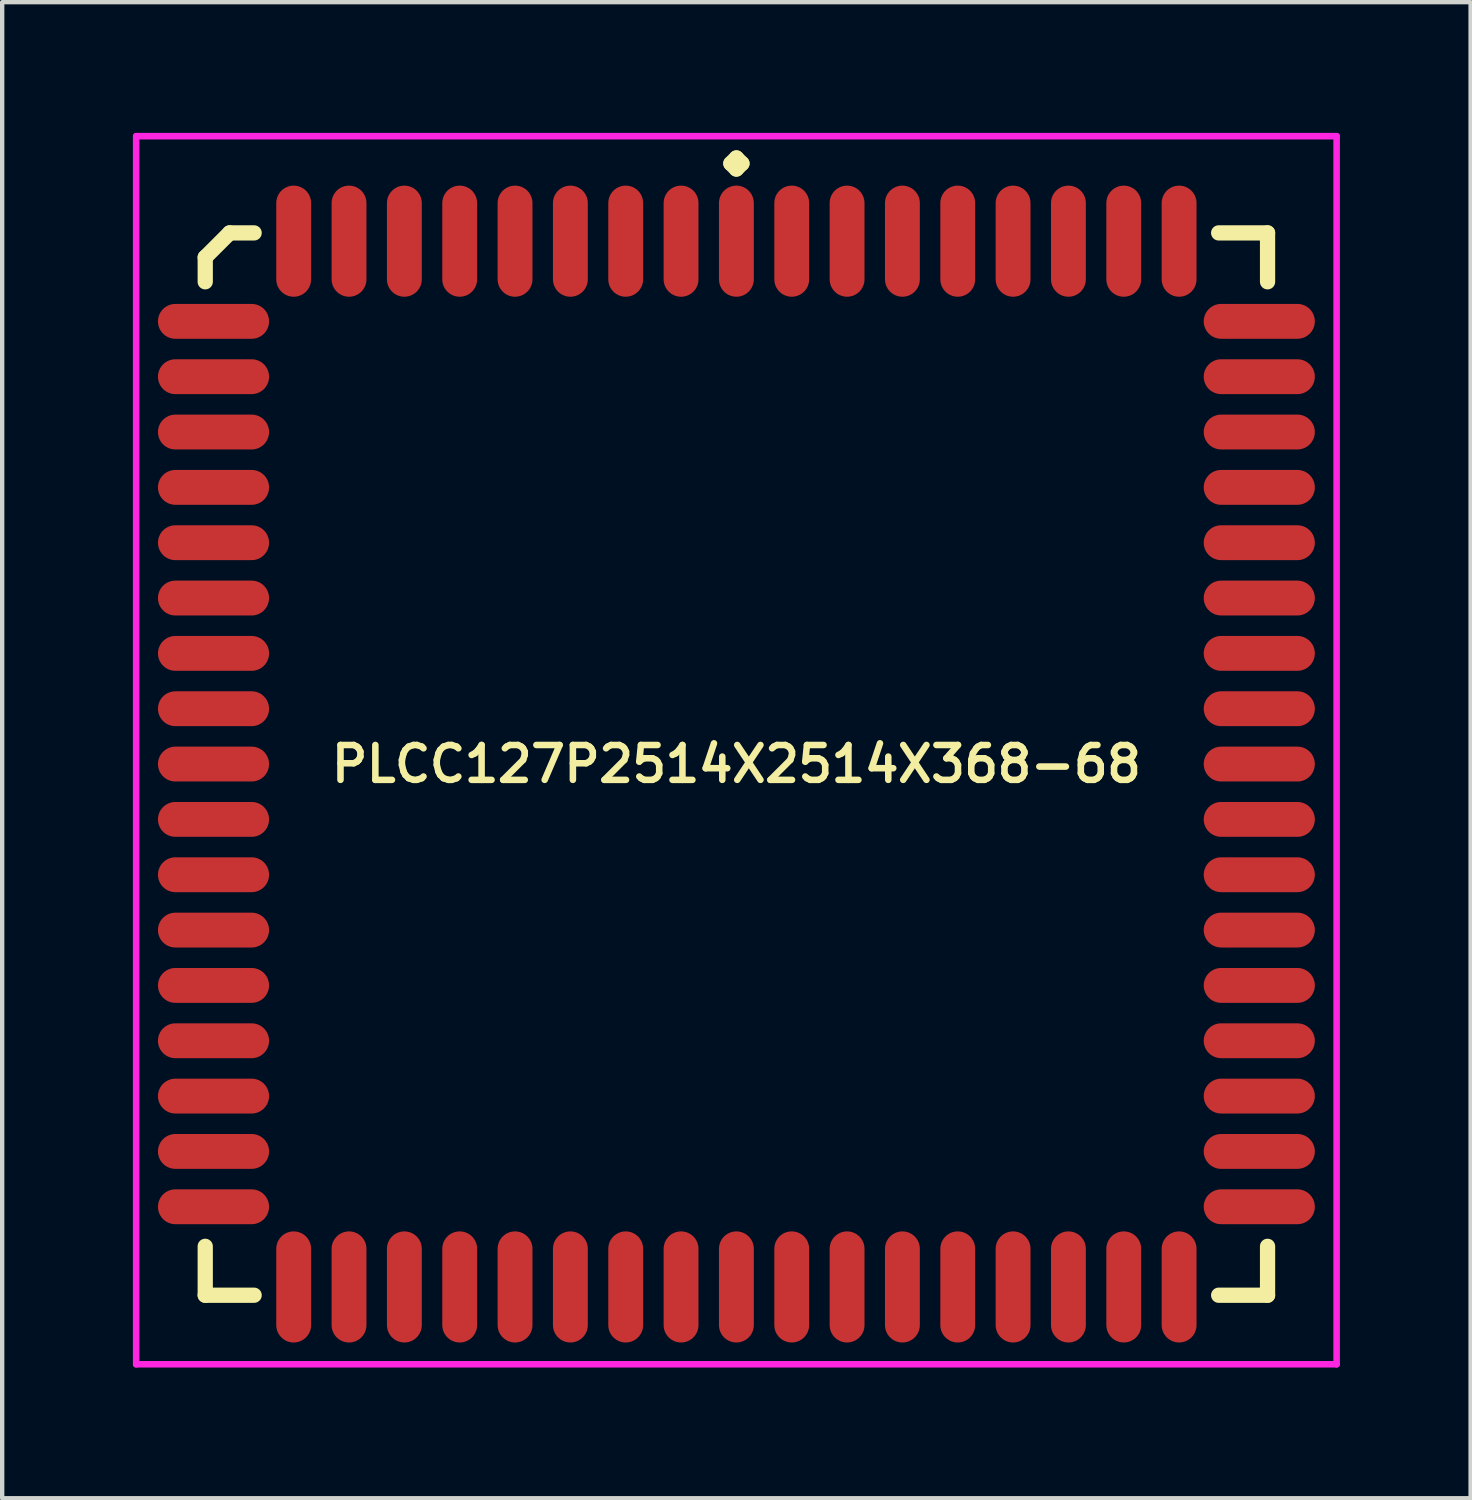
<source format=kicad_pcb>
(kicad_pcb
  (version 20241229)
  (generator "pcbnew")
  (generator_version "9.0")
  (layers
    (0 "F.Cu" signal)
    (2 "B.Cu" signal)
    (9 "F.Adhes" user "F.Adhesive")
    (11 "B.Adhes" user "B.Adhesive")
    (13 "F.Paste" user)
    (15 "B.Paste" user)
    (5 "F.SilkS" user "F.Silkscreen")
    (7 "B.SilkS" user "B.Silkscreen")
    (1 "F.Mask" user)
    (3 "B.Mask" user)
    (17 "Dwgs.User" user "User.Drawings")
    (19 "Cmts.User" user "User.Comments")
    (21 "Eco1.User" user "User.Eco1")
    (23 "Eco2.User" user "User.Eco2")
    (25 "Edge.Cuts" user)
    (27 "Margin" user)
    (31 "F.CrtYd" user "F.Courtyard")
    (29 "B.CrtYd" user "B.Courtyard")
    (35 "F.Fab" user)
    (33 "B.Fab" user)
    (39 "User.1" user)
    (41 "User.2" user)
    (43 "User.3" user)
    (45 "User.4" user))
  (footprint "PLCC127P2514X2514X368-68"
    (layer "F.Cu")
    (at 13.85 14.485)
    (property "Reference" "PLCC127P2514X2514X368-68" (at 0 0 0) (layer "F.SilkS") (effects (font (size 0.8 0.8) (thickness 0.15))))
    (attr smd)
    (fp_line (start -12.19 -11.629) (end -11.629 -12.19) (stroke (width 0.35) (type solid)) (layer "F.SilkS"))
    (fp_line (start -12.19 -11.068) (end -12.19 -11.629) (stroke (width 0.35) (type solid)) (layer "F.SilkS"))
    (fp_line (start -12.19 11.068) (end -12.19 12.19) (stroke (width 0.35) (type solid)) (layer "F.SilkS"))
    (fp_line (start -12.19 12.19) (end -11.068 12.19) (stroke (width 0.35) (type solid)) (layer "F.SilkS"))
    (fp_line (start -11.629 -12.19) (end -11.068 -12.19) (stroke (width 0.35) (type solid)) (layer "F.SilkS"))
    (fp_line (start -0.127 -13.783) (end 0 -13.91) (stroke (width 0.35) (type solid)) (layer "F.SilkS"))
    (fp_line (start 0 -13.91) (end 0.127 -13.783) (stroke (width 0.35) (type solid)) (layer "F.SilkS"))
    (fp_line (start 0 -13.656) (end -0.127 -13.783) (stroke (width 0.35) (type solid)) (layer "F.SilkS"))
    (fp_line (start 0.127 -13.783) (end 0 -13.656) (stroke (width 0.35) (type solid)) (layer "F.SilkS"))
    (fp_line (start 12.19 -12.19) (end 11.068 -12.19) (stroke (width 0.35) (type solid)) (layer "F.SilkS"))
    (fp_line (start 12.19 -11.068) (end 12.19 -12.19) (stroke (width 0.35) (type solid)) (layer "F.SilkS"))
    (fp_line (start 12.19 11.068) (end 12.19 12.19) (stroke (width 0.35) (type solid)) (layer "F.SilkS"))
    (fp_line (start 12.19 12.19) (end 11.068 12.19) (stroke (width 0.35) (type solid)) (layer "F.SilkS"))
    (fp_line (start -13.775 -14.41) (end 13.775 -14.41) (stroke (width 0.15) (type solid)) (layer "F.CrtYd"))
    (fp_line (start -13.775 13.775) (end -13.775 -14.41) (stroke (width 0.15) (type solid)) (layer "F.CrtYd"))
    (fp_line (start 13.775 -14.41) (end 13.775 13.775) (stroke (width 0.15) (type solid)) (layer "F.CrtYd"))
    (fp_line (start 13.775 13.775) (end -13.775 13.775) (stroke (width 0.15) (type solid)) (layer "F.CrtYd"))
    (pad "1" smd oval (at 0 -12) (size 0.8 2.55) (layers "F.Cu" "F.Mask" "F.Paste"))
    (pad "2" smd oval (at -1.27 -12) (size 0.8 2.55) (layers "F.Cu" "F.Mask" "F.Paste"))
    (pad "3" smd oval (at -2.54 -12) (size 0.8 2.55) (layers "F.Cu" "F.Mask" "F.Paste"))
    (pad "4" smd oval (at -3.81 -12) (size 0.8 2.55) (layers "F.Cu" "F.Mask" "F.Paste"))
    (pad "5" smd oval (at -5.08 -12) (size 0.8 2.55) (layers "F.Cu" "F.Mask" "F.Paste"))
    (pad "6" smd oval (at -6.35 -12) (size 0.8 2.55) (layers "F.Cu" "F.Mask" "F.Paste"))
    (pad "7" smd oval (at -7.62 -12) (size 0.8 2.55) (layers "F.Cu" "F.Mask" "F.Paste"))
    (pad "8" smd oval (at -8.89 -12) (size 0.8 2.55) (layers "F.Cu" "F.Mask" "F.Paste"))
    (pad "9" smd oval (at -10.16 -12) (size 0.8 2.55) (layers "F.Cu" "F.Mask" "F.Paste"))
    (pad "10" smd oval (at -12 -10.16) (size 2.55 0.8) (layers "F.Cu" "F.Mask" "F.Paste"))
    (pad "11" smd oval (at -12 -8.89) (size 2.55 0.8) (layers "F.Cu" "F.Mask" "F.Paste"))
    (pad "12" smd oval (at -12 -7.62) (size 2.55 0.8) (layers "F.Cu" "F.Mask" "F.Paste"))
    (pad "13" smd oval (at -12 -6.35) (size 2.55 0.8) (layers "F.Cu" "F.Mask" "F.Paste"))
    (pad "14" smd oval (at -12 -5.08) (size 2.55 0.8) (layers "F.Cu" "F.Mask" "F.Paste"))
    (pad "15" smd oval (at -12 -3.81) (size 2.55 0.8) (layers "F.Cu" "F.Mask" "F.Paste"))
    (pad "16" smd oval (at -12 -2.54) (size 2.55 0.8) (layers "F.Cu" "F.Mask" "F.Paste"))
    (pad "17" smd oval (at -12 -1.27) (size 2.55 0.8) (layers "F.Cu" "F.Mask" "F.Paste"))
    (pad "18" smd oval (at -12 0) (size 2.55 0.8) (layers "F.Cu" "F.Mask" "F.Paste"))
    (pad "19" smd oval (at -12 1.27) (size 2.55 0.8) (layers "F.Cu" "F.Mask" "F.Paste"))
    (pad "20" smd oval (at -12 2.54) (size 2.55 0.8) (layers "F.Cu" "F.Mask" "F.Paste"))
    (pad "21" smd oval (at -12 3.81) (size 2.55 0.8) (layers "F.Cu" "F.Mask" "F.Paste"))
    (pad "22" smd oval (at -12 5.08) (size 2.55 0.8) (layers "F.Cu" "F.Mask" "F.Paste"))
    (pad "23" smd oval (at -12 6.35) (size 2.55 0.8) (layers "F.Cu" "F.Mask" "F.Paste"))
    (pad "24" smd oval (at -12 7.62) (size 2.55 0.8) (layers "F.Cu" "F.Mask" "F.Paste"))
    (pad "25" smd oval (at -12 8.89) (size 2.55 0.8) (layers "F.Cu" "F.Mask" "F.Paste"))
    (pad "26" smd oval (at -12 10.16) (size 2.55 0.8) (layers "F.Cu" "F.Mask" "F.Paste"))
    (pad "27" smd oval (at -10.16 12) (size 0.8 2.55) (layers "F.Cu" "F.Mask" "F.Paste"))
    (pad "28" smd oval (at -8.89 12) (size 0.8 2.55) (layers "F.Cu" "F.Mask" "F.Paste"))
    (pad "29" smd oval (at -7.62 12) (size 0.8 2.55) (layers "F.Cu" "F.Mask" "F.Paste"))
    (pad "30" smd oval (at -6.35 12) (size 0.8 2.55) (layers "F.Cu" "F.Mask" "F.Paste"))
    (pad "31" smd oval (at -5.08 12) (size 0.8 2.55) (layers "F.Cu" "F.Mask" "F.Paste"))
    (pad "32" smd oval (at -3.81 12) (size 0.8 2.55) (layers "F.Cu" "F.Mask" "F.Paste"))
    (pad "33" smd oval (at -2.54 12) (size 0.8 2.55) (layers "F.Cu" "F.Mask" "F.Paste"))
    (pad "34" smd oval (at -1.27 12) (size 0.8 2.55) (layers "F.Cu" "F.Mask" "F.Paste"))
    (pad "35" smd oval (at 0 12) (size 0.8 2.55) (layers "F.Cu" "F.Mask" "F.Paste"))
    (pad "36" smd oval (at 1.27 12) (size 0.8 2.55) (layers "F.Cu" "F.Mask" "F.Paste"))
    (pad "37" smd oval (at 2.54 12) (size 0.8 2.55) (layers "F.Cu" "F.Mask" "F.Paste"))
    (pad "38" smd oval (at 3.81 12) (size 0.8 2.55) (layers "F.Cu" "F.Mask" "F.Paste"))
    (pad "39" smd oval (at 5.08 12) (size 0.8 2.55) (layers "F.Cu" "F.Mask" "F.Paste"))
    (pad "40" smd oval (at 6.35 12) (size 0.8 2.55) (layers "F.Cu" "F.Mask" "F.Paste"))
    (pad "41" smd oval (at 7.62 12) (size 0.8 2.55) (layers "F.Cu" "F.Mask" "F.Paste"))
    (pad "42" smd oval (at 8.89 12) (size 0.8 2.55) (layers "F.Cu" "F.Mask" "F.Paste"))
    (pad "43" smd oval (at 10.16 12) (size 0.8 2.55) (layers "F.Cu" "F.Mask" "F.Paste"))
    (pad "44" smd oval (at 12 10.16) (size 2.55 0.8) (layers "F.Cu" "F.Mask" "F.Paste"))
    (pad "45" smd oval (at 12 8.89) (size 2.55 0.8) (layers "F.Cu" "F.Mask" "F.Paste"))
    (pad "46" smd oval (at 12 7.62) (size 2.55 0.8) (layers "F.Cu" "F.Mask" "F.Paste"))
    (pad "47" smd oval (at 12 6.35) (size 2.55 0.8) (layers "F.Cu" "F.Mask" "F.Paste"))
    (pad "48" smd oval (at 12 5.08) (size 2.55 0.8) (layers "F.Cu" "F.Mask" "F.Paste"))
    (pad "49" smd oval (at 12 3.81) (size 2.55 0.8) (layers "F.Cu" "F.Mask" "F.Paste"))
    (pad "50" smd oval (at 12 2.54) (size 2.55 0.8) (layers "F.Cu" "F.Mask" "F.Paste"))
    (pad "51" smd oval (at 12 1.27) (size 2.55 0.8) (layers "F.Cu" "F.Mask" "F.Paste"))
    (pad "52" smd oval (at 12 0) (size 2.55 0.8) (layers "F.Cu" "F.Mask" "F.Paste"))
    (pad "53" smd oval (at 12 -1.27) (size 2.55 0.8) (layers "F.Cu" "F.Mask" "F.Paste"))
    (pad "54" smd oval (at 12 -2.54) (size 2.55 0.8) (layers "F.Cu" "F.Mask" "F.Paste"))
    (pad "55" smd oval (at 12 -3.81) (size 2.55 0.8) (layers "F.Cu" "F.Mask" "F.Paste"))
    (pad "56" smd oval (at 12 -5.08) (size 2.55 0.8) (layers "F.Cu" "F.Mask" "F.Paste"))
    (pad "57" smd oval (at 12 -6.35) (size 2.55 0.8) (layers "F.Cu" "F.Mask" "F.Paste"))
    (pad "58" smd oval (at 12 -7.62) (size 2.55 0.8) (layers "F.Cu" "F.Mask" "F.Paste"))
    (pad "59" smd oval (at 12 -8.89) (size 2.55 0.8) (layers "F.Cu" "F.Mask" "F.Paste"))
    (pad "60" smd oval (at 12 -10.16) (size 2.55 0.8) (layers "F.Cu" "F.Mask" "F.Paste"))
    (pad "61" smd oval (at 10.16 -12) (size 0.8 2.55) (layers "F.Cu" "F.Mask" "F.Paste"))
    (pad "62" smd oval (at 8.89 -12) (size 0.8 2.55) (layers "F.Cu" "F.Mask" "F.Paste"))
    (pad "63" smd oval (at 7.62 -12) (size 0.8 2.55) (layers "F.Cu" "F.Mask" "F.Paste"))
    (pad "64" smd oval (at 6.35 -12) (size 0.8 2.55) (layers "F.Cu" "F.Mask" "F.Paste"))
    (pad "65" smd oval (at 5.08 -12) (size 0.8 2.55) (layers "F.Cu" "F.Mask" "F.Paste"))
    (pad "66" smd oval (at 3.81 -12) (size 0.8 2.55) (layers "F.Cu" "F.Mask" "F.Paste"))
    (pad "67" smd oval (at 2.54 -12) (size 0.8 2.55) (layers "F.Cu" "F.Mask" "F.Paste"))
    (pad "68" smd oval (at 1.27 -12) (size 0.8 2.55) (layers "F.Cu" "F.Mask" "F.Paste")))
  (gr_rect
    (start -3 -3)
    (end 30.7 31.335)
    (stroke (width 0.1) (type default))
    (fill no)
    (layer "Edge.Cuts")))
</source>
